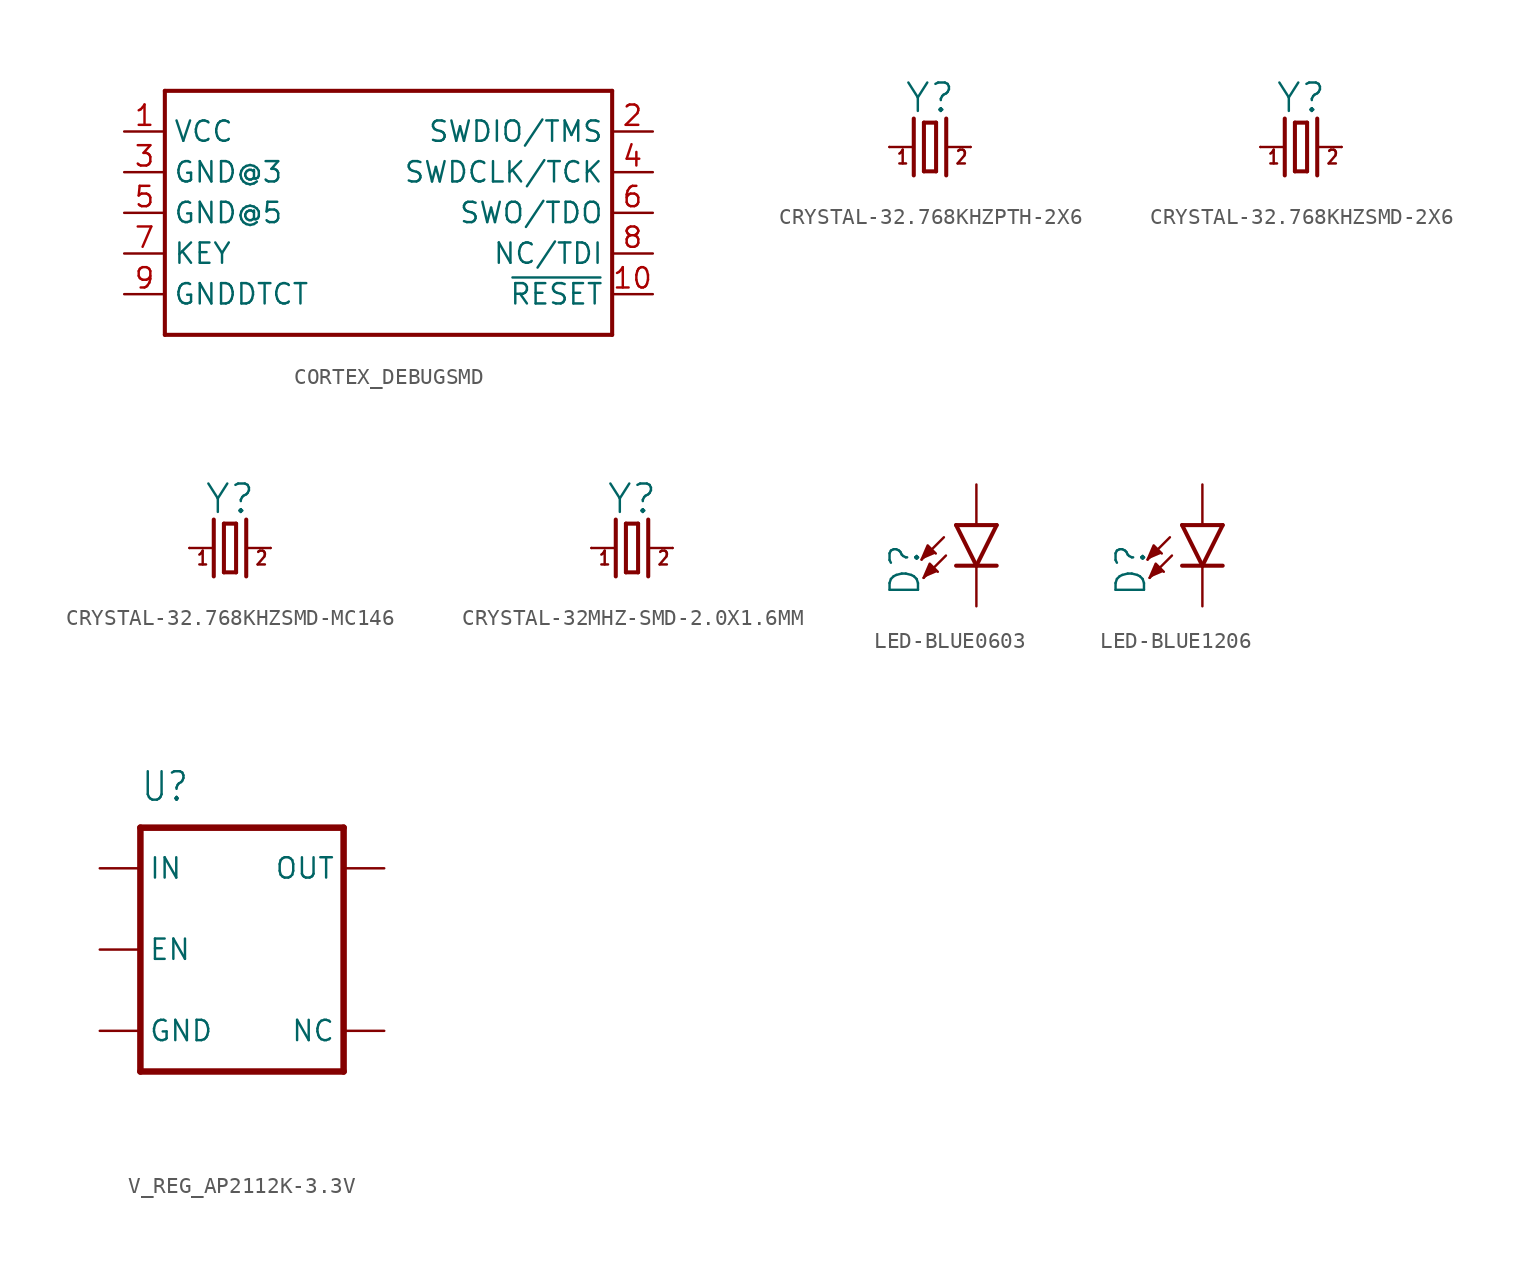
<source format=kicad_sym>
(kicad_symbol_lib
  (version 20220914)
  (generator kicad_symbol_editor)
  (symbol "CORTEX_DEBUGSMD"
    (property "Reference" "J"
      (at -12.7 7.874 0)
      (effects (font (size 1.778 1.778)) (justify left bottom) hide))
    (property "ki_locked" ""
      (at 0 0 0)
      (effects (font (size 1.27 1.27))))
    (symbol "CORTEX_DEBUGSMD_1_0"
      (polyline (pts (xy -12.7 -7.62) (xy -12.7 7.62)) (stroke (width 0.254) (type solid)) (fill (type none)))
      (polyline (pts (xy -12.7 7.62) (xy 15.24 7.62)) (stroke (width 0.254) (type solid)) (fill (type none)))
      (polyline (pts (xy 15.24 -7.62) (xy -12.7 -7.62)) (stroke (width 0.254) (type solid)) (fill (type none)))
      (polyline (pts (xy 15.24 7.62) (xy 15.24 -7.62)) (stroke (width 0.254) (type solid)) (fill (type none)))
      (pin bidirectional line (at -15.24 5.08 0) (length 2.54) (name "VCC" (effects (font (size 1.27 1.27)))) (number "1" (effects (font (size 1.27 1.27)))))
      (pin bidirectional line (at 17.78 -5.08 180) (length 2.54) (name "~{RESET}" (effects (font (size 1.27 1.27)))) (number "10" (effects (font (size 1.27 1.27)))))
      (pin bidirectional line (at 17.78 5.08 180) (length 2.54) (name "SWDIO/TMS" (effects (font (size 1.27 1.27)))) (number "2" (effects (font (size 1.27 1.27)))))
      (pin bidirectional line (at -15.24 2.54 0) (length 2.54) (name "GND@3" (effects (font (size 1.27 1.27)))) (number "3" (effects (font (size 1.27 1.27)))))
      (pin bidirectional line (at 17.78 2.54 180) (length 2.54) (name "SWDCLK/TCK" (effects (font (size 1.27 1.27)))) (number "4" (effects (font (size 1.27 1.27)))))
      (pin bidirectional line (at -15.24 0 0) (length 2.54) (name "GND@5" (effects (font (size 1.27 1.27)))) (number "5" (effects (font (size 1.27 1.27)))))
      (pin bidirectional line (at 17.78 0 180) (length 2.54) (name "SWO/TDO" (effects (font (size 1.27 1.27)))) (number "6" (effects (font (size 1.27 1.27)))))
      (pin bidirectional line (at -15.24 -2.54 0) (length 2.54) (name "KEY" (effects (font (size 1.27 1.27)))) (number "7" (effects (font (size 1.27 1.27)))))
      (pin bidirectional line (at 17.78 -2.54 180) (length 2.54) (name "NC/TDI" (effects (font (size 1.27 1.27)))) (number "8" (effects (font (size 1.27 1.27)))))
      (pin bidirectional line (at -15.24 -5.08 0) (length 2.54) (name "GNDDTCT" (effects (font (size 1.27 1.27)))) (number "9" (effects (font (size 1.27 1.27)))))))
  (symbol "CRYSTAL-32.768KHZPTH-2X6"
    (property "Reference" "Y"
      (at 0 2.032 0)
      (effects (font (size 1.778 1.778)) (justify bottom)))
    (property "Value" ""
      (at 0 -2.032 0)
      (effects (font (size 1.778 1.778)) (justify top)))
    (property "ki_locked" ""
      (at 0 0 0)
      (effects (font (size 1.27 1.27))))
    (symbol "CRYSTAL-32.768KHZPTH-2X6_1_0"
      (polyline (pts (xy -2.54 0) (xy -1.016 0)) (stroke (width 0.152) (type solid)) (fill (type none)))
      (polyline (pts (xy -1.016 1.778) (xy -1.016 -1.778)) (stroke (width 0.254) (type solid)) (fill (type none)))
      (polyline (pts (xy -0.381 -1.524) (xy 0.381 -1.524)) (stroke (width 0.254) (type solid)) (fill (type none)))
      (polyline (pts (xy -0.381 1.524) (xy -0.381 -1.524)) (stroke (width 0.254) (type solid)) (fill (type none)))
      (polyline (pts (xy 0.381 -1.524) (xy 0.381 1.524)) (stroke (width 0.254) (type solid)) (fill (type none)))
      (polyline (pts (xy 0.381 1.524) (xy -0.381 1.524)) (stroke (width 0.254) (type solid)) (fill (type none)))
      (polyline (pts (xy 1.016 0) (xy 2.54 0)) (stroke (width 0.152) (type solid)) (fill (type none)))
      (polyline (pts (xy 1.016 1.778) (xy 1.016 -1.778)) (stroke (width 0.254) (type solid)) (fill (type none)))
      (text "1" (at -2.159 -1.143 0) (effects (font (size 0.864 0.734)) (justify left bottom)))
      (text "2" (at 1.524 -1.143 0) (effects (font (size 0.864 0.734)) (justify left bottom)))
      (pin passive line (at -2.54 0 0) (length 0) (name "1" (effects (font (size 0 0)))) (number "1" (effects (font (size 0 0)))))
      (pin passive line (at 2.54 0 180) (length 0) (name "2" (effects (font (size 0 0)))) (number "2" (effects (font (size 0 0)))))))
  (symbol "CRYSTAL-32.768KHZSMD-2X6"
    (property "Reference" "Y"
      (at 0 2.032 0)
      (effects (font (size 1.778 1.778)) (justify bottom)))
    (property "Value" ""
      (at 0 -2.032 0)
      (effects (font (size 1.778 1.778)) (justify top)))
    (property "ki_locked" ""
      (at 0 0 0)
      (effects (font (size 1.27 1.27))))
    (symbol "CRYSTAL-32.768KHZSMD-2X6_1_0"
      (polyline (pts (xy -2.54 0) (xy -1.016 0)) (stroke (width 0.152) (type solid)) (fill (type none)))
      (polyline (pts (xy -1.016 1.778) (xy -1.016 -1.778)) (stroke (width 0.254) (type solid)) (fill (type none)))
      (polyline (pts (xy -0.381 -1.524) (xy 0.381 -1.524)) (stroke (width 0.254) (type solid)) (fill (type none)))
      (polyline (pts (xy -0.381 1.524) (xy -0.381 -1.524)) (stroke (width 0.254) (type solid)) (fill (type none)))
      (polyline (pts (xy 0.381 -1.524) (xy 0.381 1.524)) (stroke (width 0.254) (type solid)) (fill (type none)))
      (polyline (pts (xy 0.381 1.524) (xy -0.381 1.524)) (stroke (width 0.254) (type solid)) (fill (type none)))
      (polyline (pts (xy 1.016 0) (xy 2.54 0)) (stroke (width 0.152) (type solid)) (fill (type none)))
      (polyline (pts (xy 1.016 1.778) (xy 1.016 -1.778)) (stroke (width 0.254) (type solid)) (fill (type none)))
      (text "1" (at -2.159 -1.143 0) (effects (font (size 0.864 0.734)) (justify left bottom)))
      (text "2" (at 1.524 -1.143 0) (effects (font (size 0.864 0.734)) (justify left bottom)))
      (pin passive line (at -2.54 0 0) (length 0) (name "1" (effects (font (size 0 0)))) (number "X1" (effects (font (size 0 0)))))
      (pin passive line (at 2.54 0 180) (length 0) (name "2" (effects (font (size 0 0)))) (number "X2" (effects (font (size 0 0)))))))
  (symbol "CRYSTAL-32.768KHZSMD-MC146"
    (property "Reference" "Y"
      (at 0 2.032 0)
      (effects (font (size 1.778 1.778)) (justify bottom)))
    (property "Value" ""
      (at 0 -2.032 0)
      (effects (font (size 1.778 1.778)) (justify top)))
    (property "ki_locked" ""
      (at 0 0 0)
      (effects (font (size 1.27 1.27))))
    (symbol "CRYSTAL-32.768KHZSMD-MC146_1_0"
      (polyline (pts (xy -2.54 0) (xy -1.016 0)) (stroke (width 0.152) (type solid)) (fill (type none)))
      (polyline (pts (xy -1.016 1.778) (xy -1.016 -1.778)) (stroke (width 0.254) (type solid)) (fill (type none)))
      (polyline (pts (xy -0.381 -1.524) (xy 0.381 -1.524)) (stroke (width 0.254) (type solid)) (fill (type none)))
      (polyline (pts (xy -0.381 1.524) (xy -0.381 -1.524)) (stroke (width 0.254) (type solid)) (fill (type none)))
      (polyline (pts (xy 0.381 -1.524) (xy 0.381 1.524)) (stroke (width 0.254) (type solid)) (fill (type none)))
      (polyline (pts (xy 0.381 1.524) (xy -0.381 1.524)) (stroke (width 0.254) (type solid)) (fill (type none)))
      (polyline (pts (xy 1.016 0) (xy 2.54 0)) (stroke (width 0.152) (type solid)) (fill (type none)))
      (polyline (pts (xy 1.016 1.778) (xy 1.016 -1.778)) (stroke (width 0.254) (type solid)) (fill (type none)))
      (text "1" (at -2.159 -1.143 0) (effects (font (size 0.864 0.734)) (justify left bottom)))
      (text "2" (at 1.524 -1.143 0) (effects (font (size 0.864 0.734)) (justify left bottom)))
      (pin passive line (at 2.54 0 180) (length 0) (name "2" (effects (font (size 0 0)))) (number "P$1" (effects (font (size 0 0)))))
      (pin passive line (at -2.54 0 0) (length 0) (name "1" (effects (font (size 0 0)))) (number "P$2" (effects (font (size 0 0)))))))
  (symbol "CRYSTAL-32MHZ-SMD-2.0X1.6MM"
    (property "Reference" "Y"
      (at 0 2.032 0)
      (effects (font (size 1.778 1.778)) (justify bottom)))
    (property "Value" ""
      (at 0 -2.032 0)
      (effects (font (size 1.778 1.778)) (justify top)))
    (property "ki_locked" ""
      (at 0 0 0)
      (effects (font (size 1.27 1.27))))
    (symbol "CRYSTAL-32MHZ-SMD-2.0X1.6MM_1_0"
      (polyline (pts (xy -2.54 0) (xy -1.016 0)) (stroke (width 0.152) (type solid)) (fill (type none)))
      (polyline (pts (xy -1.016 1.778) (xy -1.016 -1.778)) (stroke (width 0.254) (type solid)) (fill (type none)))
      (polyline (pts (xy -0.381 -1.524) (xy 0.381 -1.524)) (stroke (width 0.254) (type solid)) (fill (type none)))
      (polyline (pts (xy -0.381 1.524) (xy -0.381 -1.524)) (stroke (width 0.254) (type solid)) (fill (type none)))
      (polyline (pts (xy 0.381 -1.524) (xy 0.381 1.524)) (stroke (width 0.254) (type solid)) (fill (type none)))
      (polyline (pts (xy 0.381 1.524) (xy -0.381 1.524)) (stroke (width 0.254) (type solid)) (fill (type none)))
      (polyline (pts (xy 1.016 0) (xy 2.54 0)) (stroke (width 0.152) (type solid)) (fill (type none)))
      (polyline (pts (xy 1.016 1.778) (xy 1.016 -1.778)) (stroke (width 0.254) (type solid)) (fill (type none)))
      (text "1" (at -2.159 -1.143 0) (effects (font (size 0.864 0.734)) (justify left bottom)))
      (text "2" (at 1.524 -1.143 0) (effects (font (size 0.864 0.734)) (justify left bottom)))
      (pin passive line (at -2.54 0 0) (length 0) (name "1" (effects (font (size 0 0)))) (number "1" (effects (font (size 0 0)))))
      (pin passive line (at 2.54 0 180) (length 0) (name "2" (effects (font (size 0 0)))) (number "3" (effects (font (size 0 0)))))))
  (symbol "LED-BLUE0603"
    (property "Reference" "D"
      (at -3.429 -4.572 90)
      (effects (font (size 1.778 1.778)) (justify left bottom)))
    (property "Value" ""
      (at 1.905 -4.572 90)
      (effects (font (size 1.778 1.778)) (justify left top)))
    (property "ki_locked" ""
      (at 0 0 0)
      (effects (font (size 1.27 1.27))))
    (symbol "LED-BLUE0603_1_0"
      (polyline (pts (xy -2.032 -0.762) (xy -3.429 -2.159)) (stroke (width 0.152) (type solid)) (fill (type none)))
      (polyline (pts (xy -1.905 -1.905) (xy -3.302 -3.302)) (stroke (width 0.152) (type solid)) (fill (type none)))
      (polyline (pts (xy 0 -2.54) (xy -1.27 -2.54)) (stroke (width 0.254) (type solid)) (fill (type none)))
      (polyline (pts (xy 0 -2.54) (xy -1.27 0)) (stroke (width 0.254) (type solid)) (fill (type none)))
      (polyline (pts (xy 1.27 -2.54) (xy 0 -2.54)) (stroke (width 0.254) (type solid)) (fill (type none)))
      (polyline (pts (xy 1.27 0) (xy -1.27 0)) (stroke (width 0.254) (type solid)) (fill (type none)))
      (polyline (pts (xy 1.27 0) (xy 0 -2.54)) (stroke (width 0.254) (type solid)) (fill (type none)))
      (polyline (pts (xy -3.429 -2.159) (xy -3.048 -1.27) (xy -2.54 -1.778)) (stroke (width 0.152) (type solid)) (fill (type outline)))
      (polyline (pts (xy -3.302 -3.302) (xy -2.921 -2.413) (xy -2.413 -2.921)) (stroke (width 0.152) (type solid)) (fill (type outline)))
      (pin passive line (at 0 2.54 270) (length 2.54) (name "A" (effects (font (size 0 0)))) (number "A" (effects (font (size 0 0)))))
      (pin passive line (at 0 -5.08 90) (length 2.54) (name "C" (effects (font (size 0 0)))) (number "C" (effects (font (size 0 0)))))))
  (symbol "LED-BLUE1206"
    (property "Reference" "D"
      (at -3.429 -4.572 90)
      (effects (font (size 1.778 1.778)) (justify left bottom)))
    (property "Value" ""
      (at 1.905 -4.572 90)
      (effects (font (size 1.778 1.778)) (justify left top)))
    (property "ki_locked" ""
      (at 0 0 0)
      (effects (font (size 1.27 1.27))))
    (symbol "LED-BLUE1206_1_0"
      (polyline (pts (xy -2.032 -0.762) (xy -3.429 -2.159)) (stroke (width 0.152) (type solid)) (fill (type none)))
      (polyline (pts (xy -1.905 -1.905) (xy -3.302 -3.302)) (stroke (width 0.152) (type solid)) (fill (type none)))
      (polyline (pts (xy 0 -2.54) (xy -1.27 -2.54)) (stroke (width 0.254) (type solid)) (fill (type none)))
      (polyline (pts (xy 0 -2.54) (xy -1.27 0)) (stroke (width 0.254) (type solid)) (fill (type none)))
      (polyline (pts (xy 1.27 -2.54) (xy 0 -2.54)) (stroke (width 0.254) (type solid)) (fill (type none)))
      (polyline (pts (xy 1.27 0) (xy -1.27 0)) (stroke (width 0.254) (type solid)) (fill (type none)))
      (polyline (pts (xy 1.27 0) (xy 0 -2.54)) (stroke (width 0.254) (type solid)) (fill (type none)))
      (polyline (pts (xy -3.429 -2.159) (xy -3.048 -1.27) (xy -2.54 -1.778)) (stroke (width 0.152) (type solid)) (fill (type outline)))
      (polyline (pts (xy -3.302 -3.302) (xy -2.921 -2.413) (xy -2.413 -2.921)) (stroke (width 0.152) (type solid)) (fill (type outline)))
      (pin passive line (at 0 2.54 270) (length 2.54) (name "A" (effects (font (size 0 0)))) (number "A" (effects (font (size 0 0)))))
      (pin passive line (at 0 -5.08 90) (length 2.54) (name "C" (effects (font (size 0 0)))) (number "C" (effects (font (size 0 0)))))))
  (symbol "V_REG_AP2112K-3.3V"
    (property "Reference" "U"
      (at -7.62 9.144 0)
      (effects (font (size 1.778 1.511)) (justify left bottom)))
    (property "Value" ""
      (at -7.62 -11.43 0)
      (effects (font (size 1.778 1.511)) (justify left bottom)))
    (property "ki_locked" ""
      (at 0 0 0)
      (effects (font (size 1.27 1.27))))
    (symbol "V_REG_AP2112K-3.3V_1_0"
      (polyline (pts (xy -7.62 -7.62) (xy 5.08 -7.62)) (stroke (width 0.406) (type solid)) (fill (type none)))
      (polyline (pts (xy -7.62 7.62) (xy -7.62 -7.62)) (stroke (width 0.406) (type solid)) (fill (type none)))
      (polyline (pts (xy 5.08 -7.62) (xy 5.08 7.62)) (stroke (width 0.406) (type solid)) (fill (type none)))
      (polyline (pts (xy 5.08 7.62) (xy -7.62 7.62)) (stroke (width 0.406) (type solid)) (fill (type none)))
      (pin input line (at -10.16 5.08 0) (length 2.54) (name "IN" (effects (font (size 1.27 1.27)))) (number "1" (effects (font (size 0 0)))))
      (pin input line (at -10.16 -5.08 0) (length 2.54) (name "GND" (effects (font (size 1.27 1.27)))) (number "2" (effects (font (size 0 0)))))
      (pin input line (at -10.16 0 0) (length 2.54) (name "EN" (effects (font (size 1.27 1.27)))) (number "3" (effects (font (size 0 0)))))
      (pin input line (at 7.62 -5.08 180) (length 2.54) (name "NC" (effects (font (size 1.27 1.27)))) (number "4" (effects (font (size 0 0)))))
      (pin passive line (at 7.62 5.08 180) (length 2.54) (name "OUT" (effects (font (size 1.27 1.27)))) (number "5" (effects (font (size 0 0))))))))
</source>
